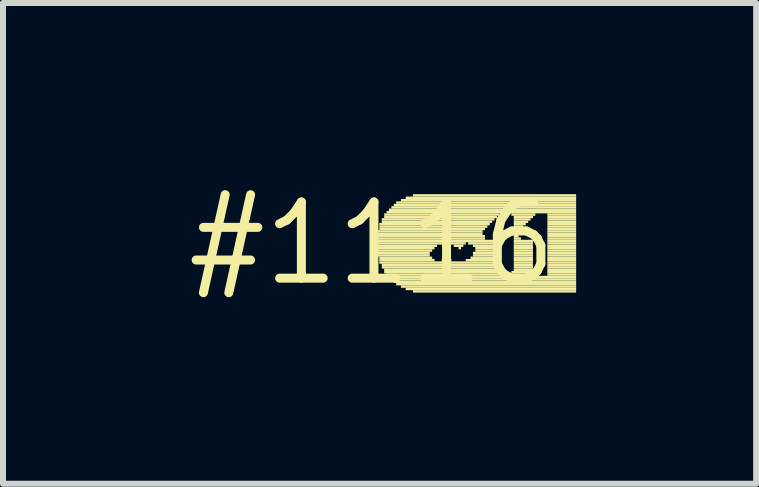
<source format=kicad_pcb>
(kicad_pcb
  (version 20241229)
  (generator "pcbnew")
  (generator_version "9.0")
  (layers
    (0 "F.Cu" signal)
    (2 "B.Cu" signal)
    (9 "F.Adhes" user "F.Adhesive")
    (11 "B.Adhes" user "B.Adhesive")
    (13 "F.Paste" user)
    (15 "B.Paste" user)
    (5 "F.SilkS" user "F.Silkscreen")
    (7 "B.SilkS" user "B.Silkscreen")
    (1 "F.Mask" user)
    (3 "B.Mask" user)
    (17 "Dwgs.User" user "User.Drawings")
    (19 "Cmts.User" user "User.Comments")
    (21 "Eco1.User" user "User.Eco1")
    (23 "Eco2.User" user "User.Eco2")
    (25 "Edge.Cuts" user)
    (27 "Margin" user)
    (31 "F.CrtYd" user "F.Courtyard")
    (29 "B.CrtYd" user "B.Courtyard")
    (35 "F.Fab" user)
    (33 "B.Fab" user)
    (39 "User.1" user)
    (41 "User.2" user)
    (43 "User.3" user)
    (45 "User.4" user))
  (footprint "#1116"
    (layer "F.Cu")
    (at 3.152 1.006)
    (property "Reference" "#1116" (at 0 0 0) (layer "F.SilkS") (effects (font (size 1.27 1.27) (thickness 0.15))))
    (attr through_hole)
    (fp_poly (pts (xy 0.08 -0.18) (xy 1.84 -0.18) (xy 1.84 -0.22) (xy 0.08 -0.22)) (stroke (width 0) (type solid)) (fill yes) (layer "F.SilkS"))
    (fp_poly (pts (xy 0.08 -0.14) (xy 1.84 -0.14) (xy 1.84 -0.18) (xy 0.08 -0.18)) (stroke (width 0) (type solid)) (fill yes) (layer "F.SilkS"))
    (fp_poly (pts (xy 0.08 -0.1) (xy 1.88 -0.1) (xy 1.88 -0.14) (xy 0.08 -0.14)) (stroke (width 0) (type solid)) (fill yes) (layer "F.SilkS"))
    (fp_poly (pts (xy 0.08 -0.06) (xy 1.88 -0.06) (xy 1.88 -0.1) (xy 0.08 -0.1)) (stroke (width 0) (type solid)) (fill yes) (layer "F.SilkS"))
    (fp_poly (pts (xy 0.08 -0.02) (xy 2.08 -0.02) (xy 2.08 -0.06) (xy 0.08 -0.06)) (stroke (width 0) (type solid)) (fill yes) (layer "F.SilkS"))
    (fp_poly (pts (xy 0.08 0.02) (xy 1.2 0.02) (xy 1.2 -0.02) (xy 0.08 -0.02)) (stroke (width 0) (type solid)) (fill yes) (layer "F.SilkS"))
    (fp_poly (pts (xy 0.08 0.06) (xy 1.08 0.06) (xy 1.08 0.02) (xy 0.08 0.02)) (stroke (width 0) (type solid)) (fill yes) (layer "F.SilkS"))
    (fp_poly (pts (xy 0.08 0.1) (xy 1.04 0.1) (xy 1.04 0.06) (xy 0.08 0.06)) (stroke (width 0) (type solid)) (fill yes) (layer "F.SilkS"))
    (fp_poly (pts (xy 0.08 0.14) (xy 1 0.14) (xy 1 0.1) (xy 0.08 0.1)) (stroke (width 0) (type solid)) (fill yes) (layer "F.SilkS"))
    (fp_poly (pts (xy 0.08 0.18) (xy 0.96 0.18) (xy 0.96 0.14) (xy 0.08 0.14)) (stroke (width 0) (type solid)) (fill yes) (layer "F.SilkS"))
    (fp_poly (pts (xy 0.08 0.22) (xy 0.96 0.22) (xy 0.96 0.18) (xy 0.08 0.18)) (stroke (width 0) (type solid)) (fill yes) (layer "F.SilkS"))
    (fp_poly (pts (xy 0.12 -0.3) (xy 1.96 -0.3) (xy 1.96 -0.34) (xy 0.12 -0.34)) (stroke (width 0) (type solid)) (fill yes) (layer "F.SilkS"))
    (fp_poly (pts (xy 0.12 -0.26) (xy 1.92 -0.26) (xy 1.92 -0.3) (xy 0.12 -0.3)) (stroke (width 0) (type solid)) (fill yes) (layer "F.SilkS"))
    (fp_poly (pts (xy 0.12 -0.22) (xy 1.88 -0.22) (xy 1.88 -0.26) (xy 0.12 -0.26)) (stroke (width 0) (type solid)) (fill yes) (layer "F.SilkS"))
    (fp_poly (pts (xy 0.12 0.26) (xy 1 0.26) (xy 1 0.22) (xy 0.12 0.22)) (stroke (width 0) (type solid)) (fill yes) (layer "F.SilkS"))
    (fp_poly (pts (xy 0.12 0.3) (xy 1.04 0.3) (xy 1.04 0.26) (xy 0.12 0.26)) (stroke (width 0) (type solid)) (fill yes) (layer "F.SilkS"))
    (fp_poly (pts (xy 0.12 0.34) (xy 2.08 0.34) (xy 2.08 0.3) (xy 0.12 0.3)) (stroke (width 0) (type solid)) (fill yes) (layer "F.SilkS"))
    (fp_poly (pts (xy 0.16 -0.38) (xy 2.04 -0.38) (xy 2.04 -0.42) (xy 0.16 -0.42)) (stroke (width 0) (type solid)) (fill yes) (layer "F.SilkS"))
    (fp_poly (pts (xy 0.16 -0.34) (xy 2 -0.34) (xy 2 -0.38) (xy 0.16 -0.38)) (stroke (width 0) (type solid)) (fill yes) (layer "F.SilkS"))
    (fp_poly (pts (xy 0.16 0.38) (xy 2.08 0.38) (xy 2.08 0.34) (xy 0.16 0.34)) (stroke (width 0) (type solid)) (fill yes) (layer "F.SilkS"))
    (fp_poly (pts (xy 0.16 0.42) (xy 2.08 0.42) (xy 2.08 0.38) (xy 0.16 0.38)) (stroke (width 0) (type solid)) (fill yes) (layer "F.SilkS"))
    (fp_poly (pts (xy 0.2 -0.46) (xy 2.12 -0.46) (xy 2.12 -0.5) (xy 0.2 -0.5)) (stroke (width 0) (type solid)) (fill yes) (layer "F.SilkS"))
    (fp_poly (pts (xy 0.2 -0.42) (xy 2.08 -0.42) (xy 2.08 -0.46) (xy 0.2 -0.46)) (stroke (width 0) (type solid)) (fill yes) (layer "F.SilkS"))
    (fp_poly (pts (xy 0.2 0.46) (xy 2.08 0.46) (xy 2.08 0.42) (xy 0.2 0.42)) (stroke (width 0) (type solid)) (fill yes) (layer "F.SilkS"))
    (fp_poly (pts (xy 0.2 0.5) (xy 2.12 0.5) (xy 2.12 0.46) (xy 0.2 0.46)) (stroke (width 0) (type solid)) (fill yes) (layer "F.SilkS"))
    (fp_poly (pts (xy 0.24 -0.5) (xy 3.4 -0.5) (xy 3.4 -0.54) (xy 0.24 -0.54)) (stroke (width 0) (type solid)) (fill yes) (layer "F.SilkS"))
    (fp_poly (pts (xy 0.24 0.54) (xy 2.12 0.54) (xy 2.12 0.5) (xy 0.24 0.5)) (stroke (width 0) (type solid)) (fill yes) (layer "F.SilkS"))
    (fp_poly (pts (xy 0.28 -0.54) (xy 3.4 -0.54) (xy 3.4 -0.58) (xy 0.28 -0.58)) (stroke (width 0) (type solid)) (fill yes) (layer "F.SilkS"))
    (fp_poly (pts (xy 0.28 0.58) (xy 3.4 0.58) (xy 3.4 0.54) (xy 0.28 0.54)) (stroke (width 0) (type solid)) (fill yes) (layer "F.SilkS"))
    (fp_poly (pts (xy 0.32 -0.58) (xy 3.4 -0.58) (xy 3.4 -0.62) (xy 0.32 -0.62)) (stroke (width 0) (type solid)) (fill yes) (layer "F.SilkS"))
    (fp_poly (pts (xy 0.32 0.62) (xy 3.4 0.62) (xy 3.4 0.58) (xy 0.32 0.58)) (stroke (width 0) (type solid)) (fill yes) (layer "F.SilkS"))
    (fp_poly (pts (xy 0.36 -0.62) (xy 3.4 -0.62) (xy 3.4 -0.66) (xy 0.36 -0.66)) (stroke (width 0) (type solid)) (fill yes) (layer "F.SilkS"))
    (fp_poly (pts (xy 0.36 0.66) (xy 3.4 0.66) (xy 3.4 0.62) (xy 0.36 0.62)) (stroke (width 0) (type solid)) (fill yes) (layer "F.SilkS"))
    (fp_poly (pts (xy 0.4 -0.66) (xy 3.4 -0.66) (xy 3.4 -0.7) (xy 0.4 -0.7)) (stroke (width 0) (type solid)) (fill yes) (layer "F.SilkS"))
    (fp_poly (pts (xy 0.4 0.7) (xy 3.4 0.7) (xy 3.4 0.66) (xy 0.4 0.66)) (stroke (width 0) (type solid)) (fill yes) (layer "F.SilkS"))
    (fp_poly (pts (xy 0.48 -0.7) (xy 3.4 -0.7) (xy 3.4 -0.74) (xy 0.48 -0.74)) (stroke (width 0) (type solid)) (fill yes) (layer "F.SilkS"))
    (fp_poly (pts (xy 0.48 0.74) (xy 3.4 0.74) (xy 3.4 0.7) (xy 0.48 0.7)) (stroke (width 0) (type solid)) (fill yes) (layer "F.SilkS"))
    (fp_poly (pts (xy 0.56 -0.74) (xy 3.4 -0.74) (xy 3.4 -0.78) (xy 0.56 -0.78)) (stroke (width 0) (type solid)) (fill yes) (layer "F.SilkS"))
    (fp_poly (pts (xy 0.56 0.78) (xy 3.4 0.78) (xy 3.4 0.74) (xy 0.56 0.74)) (stroke (width 0) (type solid)) (fill yes) (layer "F.SilkS"))
    (fp_poly (pts (xy 0.68 -0.78) (xy 3.4 -0.78) (xy 3.4 -0.82) (xy 0.68 -0.82)) (stroke (width 0) (type solid)) (fill yes) (layer "F.SilkS"))
    (fp_poly (pts (xy 0.68 0.82) (xy 3.4 0.82) (xy 3.4 0.78) (xy 0.68 0.78)) (stroke (width 0) (type solid)) (fill yes) (layer "F.SilkS"))
    (fp_poly (pts (xy 1.16 0.3) (xy 1.32 0.3) (xy 1.32 0.26) (xy 1.16 0.26)) (stroke (width 0) (type solid)) (fill yes) (layer "F.SilkS"))
    (fp_poly (pts (xy 1.2 0.26) (xy 1.28 0.26) (xy 1.28 0.22) (xy 1.2 0.22)) (stroke (width 0) (type solid)) (fill yes) (layer "F.SilkS"))
    (fp_poly (pts (xy 1.28 0.02) (xy 1.56 0.02) (xy 1.56 -0.02) (xy 1.28 -0.02)) (stroke (width 0) (type solid)) (fill yes) (layer "F.SilkS"))
    (fp_poly (pts (xy 1.36 0.06) (xy 1.52 0.06) (xy 1.52 0.02) (xy 1.36 0.02)) (stroke (width 0) (type solid)) (fill yes) (layer "F.SilkS"))
    (fp_poly (pts (xy 1.44 0.1) (xy 1.48 0.1) (xy 1.48 0.06) (xy 1.44 0.06)) (stroke (width 0) (type solid)) (fill yes) (layer "F.SilkS"))
    (fp_poly (pts (xy 1.56 0.3) (xy 2.08 0.3) (xy 2.08 0.26) (xy 1.56 0.26)) (stroke (width 0) (type solid)) (fill yes) (layer "F.SilkS"))
    (fp_poly (pts (xy 1.6 0.02) (xy 2.08 0.02) (xy 2.08 -0.02) (xy 1.6 -0.02)) (stroke (width 0) (type solid)) (fill yes) (layer "F.SilkS"))
    (fp_poly (pts (xy 1.64 0.26) (xy 2.08 0.26) (xy 2.08 0.22) (xy 1.64 0.22)) (stroke (width 0) (type solid)) (fill yes) (layer "F.SilkS"))
    (fp_poly (pts (xy 1.68 0.06) (xy 2.08 0.06) (xy 2.08 0.02) (xy 1.68 0.02)) (stroke (width 0) (type solid)) (fill yes) (layer "F.SilkS"))
    (fp_poly (pts (xy 1.68 0.18) (xy 2.08 0.18) (xy 2.08 0.14) (xy 1.68 0.14)) (stroke (width 0) (type solid)) (fill yes) (layer "F.SilkS"))
    (fp_poly (pts (xy 1.68 0.22) (xy 2.08 0.22) (xy 2.08 0.18) (xy 1.68 0.18)) (stroke (width 0) (type solid)) (fill yes) (layer "F.SilkS"))
    (fp_poly (pts (xy 1.72 0.1) (xy 2.08 0.1) (xy 2.08 0.06) (xy 1.72 0.06)) (stroke (width 0) (type solid)) (fill yes) (layer "F.SilkS"))
    (fp_poly (pts (xy 1.72 0.14) (xy 2.08 0.14) (xy 2.08 0.1) (xy 1.72 0.1)) (stroke (width 0) (type solid)) (fill yes) (layer "F.SilkS"))
    (fp_poly (pts (xy 2.32 -0.46) (xy 2.72 -0.46) (xy 2.72 -0.5) (xy 2.32 -0.5)) (stroke (width 0) (type solid)) (fill yes) (layer "F.SilkS"))
    (fp_poly (pts (xy 2.32 0.5) (xy 2.68 0.5) (xy 2.68 0.46) (xy 2.32 0.46)) (stroke (width 0) (type solid)) (fill yes) (layer "F.SilkS"))
    (fp_poly (pts (xy 2.32 0.54) (xy 2.72 0.54) (xy 2.72 0.5) (xy 2.32 0.5)) (stroke (width 0) (type solid)) (fill yes) (layer "F.SilkS"))
    (fp_poly (pts (xy 2.36 -0.42) (xy 2.68 -0.42) (xy 2.68 -0.46) (xy 2.36 -0.46)) (stroke (width 0) (type solid)) (fill yes) (layer "F.SilkS"))
    (fp_poly (pts (xy 2.36 -0.38) (xy 2.64 -0.38) (xy 2.64 -0.42) (xy 2.36 -0.42)) (stroke (width 0) (type solid)) (fill yes) (layer "F.SilkS"))
    (fp_poly (pts (xy 2.36 -0.34) (xy 2.6 -0.34) (xy 2.6 -0.38) (xy 2.36 -0.38)) (stroke (width 0) (type solid)) (fill yes) (layer "F.SilkS"))
    (fp_poly (pts (xy 2.36 -0.3) (xy 2.56 -0.3) (xy 2.56 -0.34) (xy 2.36 -0.34)) (stroke (width 0) (type solid)) (fill yes) (layer "F.SilkS"))
    (fp_poly (pts (xy 2.36 -0.26) (xy 2.52 -0.26) (xy 2.52 -0.3) (xy 2.36 -0.3)) (stroke (width 0) (type solid)) (fill yes) (layer "F.SilkS"))
    (fp_poly (pts (xy 2.36 -0.22) (xy 2.48 -0.22) (xy 2.48 -0.26) (xy 2.36 -0.26)) (stroke (width 0) (type solid)) (fill yes) (layer "F.SilkS"))
    (fp_poly (pts (xy 2.36 -0.18) (xy 2.44 -0.18) (xy 2.44 -0.22) (xy 2.36 -0.22)) (stroke (width 0) (type solid)) (fill yes) (layer "F.SilkS"))
    (fp_poly (pts (xy 2.36 -0.14) (xy 2.44 -0.14) (xy 2.44 -0.18) (xy 2.36 -0.18)) (stroke (width 0) (type solid)) (fill yes) (layer "F.SilkS"))
    (fp_poly (pts (xy 2.36 -0.1) (xy 2.44 -0.1) (xy 2.44 -0.14) (xy 2.36 -0.14)) (stroke (width 0) (type solid)) (fill yes) (layer "F.SilkS"))
    (fp_poly (pts (xy 2.36 -0.06) (xy 2.48 -0.06) (xy 2.48 -0.1) (xy 2.36 -0.1)) (stroke (width 0) (type solid)) (fill yes) (layer "F.SilkS"))
    (fp_poly (pts (xy 2.36 -0.02) (xy 2.68 -0.02) (xy 2.68 -0.06) (xy 2.36 -0.06)) (stroke (width 0) (type solid)) (fill yes) (layer "F.SilkS"))
    (fp_poly (pts (xy 2.36 0.02) (xy 2.68 0.02) (xy 2.68 -0.02) (xy 2.36 -0.02)) (stroke (width 0) (type solid)) (fill yes) (layer "F.SilkS"))
    (fp_poly (pts (xy 2.36 0.06) (xy 2.68 0.06) (xy 2.68 0.02) (xy 2.36 0.02)) (stroke (width 0) (type solid)) (fill yes) (layer "F.SilkS"))
    (fp_poly (pts (xy 2.36 0.1) (xy 2.68 0.1) (xy 2.68 0.06) (xy 2.36 0.06)) (stroke (width 0) (type solid)) (fill yes) (layer "F.SilkS"))
    (fp_poly (pts (xy 2.36 0.14) (xy 2.68 0.14) (xy 2.68 0.1) (xy 2.36 0.1)) (stroke (width 0) (type solid)) (fill yes) (layer "F.SilkS"))
    (fp_poly (pts (xy 2.36 0.18) (xy 2.68 0.18) (xy 2.68 0.14) (xy 2.36 0.14)) (stroke (width 0) (type solid)) (fill yes) (layer "F.SilkS"))
    (fp_poly (pts (xy 2.36 0.22) (xy 2.68 0.22) (xy 2.68 0.18) (xy 2.36 0.18)) (stroke (width 0) (type solid)) (fill yes) (layer "F.SilkS"))
    (fp_poly (pts (xy 2.36 0.26) (xy 2.68 0.26) (xy 2.68 0.22) (xy 2.36 0.22)) (stroke (width 0) (type solid)) (fill yes) (layer "F.SilkS"))
    (fp_poly (pts (xy 2.36 0.3) (xy 2.68 0.3) (xy 2.68 0.26) (xy 2.36 0.26)) (stroke (width 0) (type solid)) (fill yes) (layer "F.SilkS"))
    (fp_poly (pts (xy 2.36 0.34) (xy 2.68 0.34) (xy 2.68 0.3) (xy 2.36 0.3)) (stroke (width 0) (type solid)) (fill yes) (layer "F.SilkS"))
    (fp_poly (pts (xy 2.36 0.38) (xy 2.68 0.38) (xy 2.68 0.34) (xy 2.36 0.34)) (stroke (width 0) (type solid)) (fill yes) (layer "F.SilkS"))
    (fp_poly (pts (xy 2.36 0.42) (xy 2.68 0.42) (xy 2.68 0.38) (xy 2.36 0.38)) (stroke (width 0) (type solid)) (fill yes) (layer "F.SilkS"))
    (fp_poly (pts (xy 2.36 0.46) (xy 2.68 0.46) (xy 2.68 0.42) (xy 2.36 0.42)) (stroke (width 0) (type solid)) (fill yes) (layer "F.SilkS"))
    (fp_poly (pts (xy 2.92 -0.46) (xy 3.4 -0.46) (xy 3.4 -0.5) (xy 2.92 -0.5)) (stroke (width 0) (type solid)) (fill yes) (layer "F.SilkS"))
    (fp_poly (pts (xy 2.92 -0.42) (xy 3.4 -0.42) (xy 3.4 -0.46) (xy 2.92 -0.46)) (stroke (width 0) (type solid)) (fill yes) (layer "F.SilkS"))
    (fp_poly (pts (xy 2.92 -0.38) (xy 3.4 -0.38) (xy 3.4 -0.42) (xy 2.92 -0.42)) (stroke (width 0) (type solid)) (fill yes) (layer "F.SilkS"))
    (fp_poly (pts (xy 2.92 -0.34) (xy 3.4 -0.34) (xy 3.4 -0.38) (xy 2.92 -0.38)) (stroke (width 0) (type solid)) (fill yes) (layer "F.SilkS"))
    (fp_poly (pts (xy 2.92 -0.3) (xy 3.4 -0.3) (xy 3.4 -0.34) (xy 2.92 -0.34)) (stroke (width 0) (type solid)) (fill yes) (layer "F.SilkS"))
    (fp_poly (pts (xy 2.92 -0.26) (xy 3.4 -0.26) (xy 3.4 -0.3) (xy 2.92 -0.3)) (stroke (width 0) (type solid)) (fill yes) (layer "F.SilkS"))
    (fp_poly (pts (xy 2.92 -0.22) (xy 3.4 -0.22) (xy 3.4 -0.26) (xy 2.92 -0.26)) (stroke (width 0) (type solid)) (fill yes) (layer "F.SilkS"))
    (fp_poly (pts (xy 2.92 -0.18) (xy 3.4 -0.18) (xy 3.4 -0.22) (xy 2.92 -0.22)) (stroke (width 0) (type solid)) (fill yes) (layer "F.SilkS"))
    (fp_poly (pts (xy 2.92 -0.14) (xy 3.4 -0.14) (xy 3.4 -0.18) (xy 2.92 -0.18)) (stroke (width 0) (type solid)) (fill yes) (layer "F.SilkS"))
    (fp_poly (pts (xy 2.92 -0.1) (xy 3.4 -0.1) (xy 3.4 -0.14) (xy 2.92 -0.14)) (stroke (width 0) (type solid)) (fill yes) (layer "F.SilkS"))
    (fp_poly (pts (xy 2.92 -0.06) (xy 3.4 -0.06) (xy 3.4 -0.1) (xy 2.92 -0.1)) (stroke (width 0) (type solid)) (fill yes) (layer "F.SilkS"))
    (fp_poly (pts (xy 2.92 -0.02) (xy 3.4 -0.02) (xy 3.4 -0.06) (xy 2.92 -0.06)) (stroke (width 0) (type solid)) (fill yes) (layer "F.SilkS"))
    (fp_poly (pts (xy 2.92 0.02) (xy 3.4 0.02) (xy 3.4 -0.02) (xy 2.92 -0.02)) (stroke (width 0) (type solid)) (fill yes) (layer "F.SilkS"))
    (fp_poly (pts (xy 2.92 0.06) (xy 3.4 0.06) (xy 3.4 0.02) (xy 2.92 0.02)) (stroke (width 0) (type solid)) (fill yes) (layer "F.SilkS"))
    (fp_poly (pts (xy 2.92 0.1) (xy 3.4 0.1) (xy 3.4 0.06) (xy 2.92 0.06)) (stroke (width 0) (type solid)) (fill yes) (layer "F.SilkS"))
    (fp_poly (pts (xy 2.92 0.14) (xy 3.4 0.14) (xy 3.4 0.1) (xy 2.92 0.1)) (stroke (width 0) (type solid)) (fill yes) (layer "F.SilkS"))
    (fp_poly (pts (xy 2.92 0.18) (xy 3.4 0.18) (xy 3.4 0.14) (xy 2.92 0.14)) (stroke (width 0) (type solid)) (fill yes) (layer "F.SilkS"))
    (fp_poly (pts (xy 2.92 0.22) (xy 3.4 0.22) (xy 3.4 0.18) (xy 2.92 0.18)) (stroke (width 0) (type solid)) (fill yes) (layer "F.SilkS"))
    (fp_poly (pts (xy 2.92 0.26) (xy 3.4 0.26) (xy 3.4 0.22) (xy 2.92 0.22)) (stroke (width 0) (type solid)) (fill yes) (layer "F.SilkS"))
    (fp_poly (pts (xy 2.92 0.3) (xy 3.4 0.3) (xy 3.4 0.26) (xy 2.92 0.26)) (stroke (width 0) (type solid)) (fill yes) (layer "F.SilkS"))
    (fp_poly (pts (xy 2.92 0.34) (xy 3.4 0.34) (xy 3.4 0.3) (xy 2.92 0.3)) (stroke (width 0) (type solid)) (fill yes) (layer "F.SilkS"))
    (fp_poly (pts (xy 2.92 0.38) (xy 3.4 0.38) (xy 3.4 0.34) (xy 2.92 0.34)) (stroke (width 0) (type solid)) (fill yes) (layer "F.SilkS"))
    (fp_poly (pts (xy 2.92 0.42) (xy 3.4 0.42) (xy 3.4 0.38) (xy 2.92 0.38)) (stroke (width 0) (type solid)) (fill yes) (layer "F.SilkS"))
    (fp_poly (pts (xy 2.92 0.46) (xy 3.4 0.46) (xy 3.4 0.42) (xy 2.92 0.42)) (stroke (width 0) (type solid)) (fill yes) (layer "F.SilkS"))
    (fp_poly (pts (xy 2.92 0.5) (xy 3.4 0.5) (xy 3.4 0.46) (xy 2.92 0.46)) (stroke (width 0) (type solid)) (fill yes) (layer "F.SilkS"))
    (fp_poly (pts (xy 2.92 0.54) (xy 3.4 0.54) (xy 3.4 0.5) (xy 2.92 0.5)) (stroke (width 0) (type solid)) (fill yes) (layer "F.SilkS")))
  (gr_rect
    (start -3 -3)
    (end 9.552 5.012)
    (stroke (width 0.1) (type default))
    (fill no)
    (layer "Edge.Cuts")))
</source>
